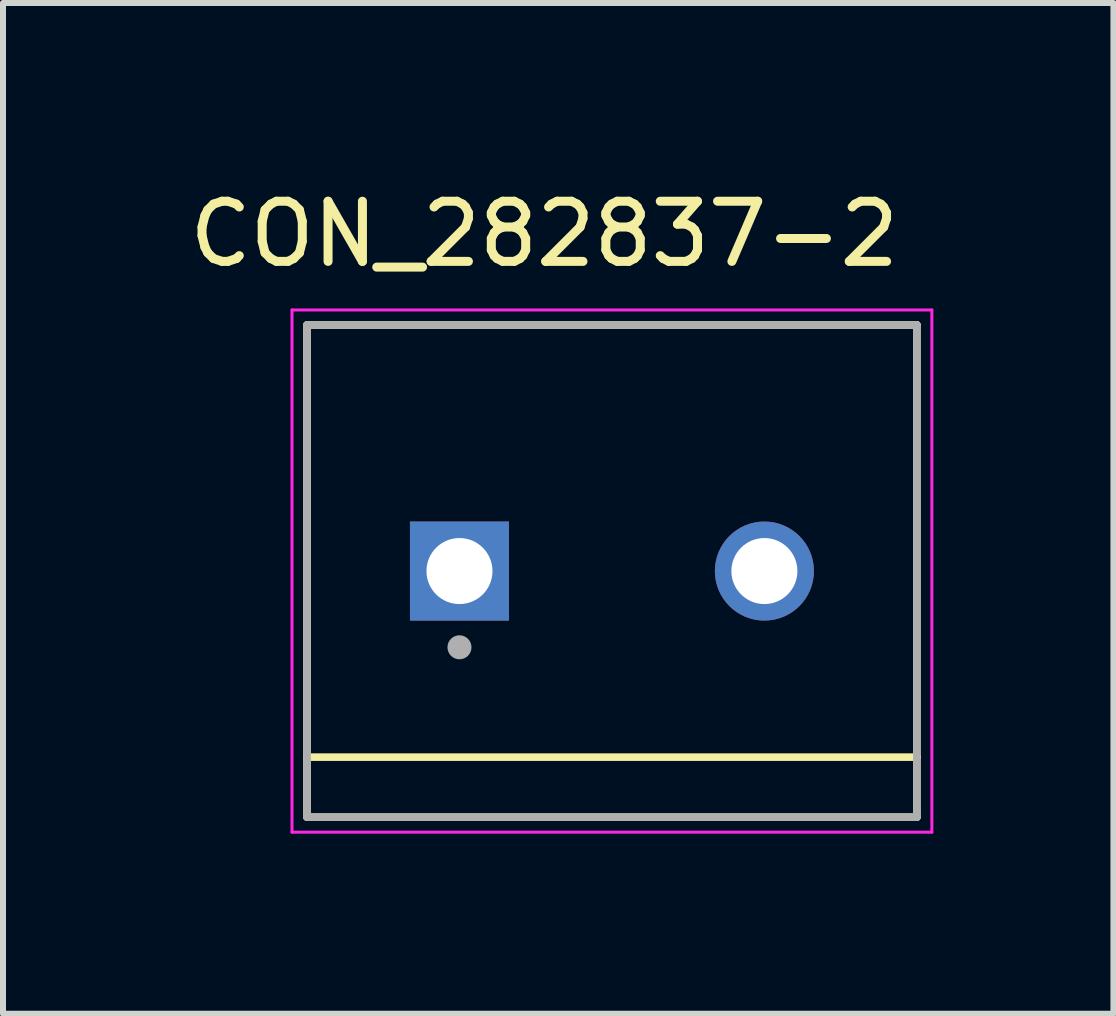
<source format=kicad_pcb>
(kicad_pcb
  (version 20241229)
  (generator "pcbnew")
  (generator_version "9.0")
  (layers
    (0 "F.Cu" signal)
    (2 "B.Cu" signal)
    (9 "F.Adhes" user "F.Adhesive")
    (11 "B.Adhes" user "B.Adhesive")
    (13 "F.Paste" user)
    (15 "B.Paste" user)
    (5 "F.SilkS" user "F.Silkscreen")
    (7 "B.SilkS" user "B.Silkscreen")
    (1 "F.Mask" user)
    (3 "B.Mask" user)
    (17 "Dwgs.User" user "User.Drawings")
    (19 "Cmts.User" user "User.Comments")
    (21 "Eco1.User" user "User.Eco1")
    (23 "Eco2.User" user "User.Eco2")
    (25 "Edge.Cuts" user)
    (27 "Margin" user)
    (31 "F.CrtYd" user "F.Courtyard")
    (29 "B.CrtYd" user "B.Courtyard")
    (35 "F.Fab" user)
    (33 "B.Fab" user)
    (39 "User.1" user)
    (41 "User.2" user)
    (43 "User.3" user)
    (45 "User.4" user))
  (footprint "CON_282837-2"
    (layer "F.Cu")
    (at 7.145 6.464)
    (property "Reference" "CON_282837-2" (at -1.127 -5.615 0) (layer "F.SilkS") (effects (font (size 1.002 1.002) (thickness 0.15))))
    (attr through_hole)
    (fp_line (start -5.08 -4.1) (end 5.08 -4.1) (stroke (width 0.127) (type solid)) (layer "F.SilkS"))
    (fp_line (start -5.08 3.1) (end -5.08 -4.1) (stroke (width 0.127) (type solid)) (layer "F.SilkS"))
    (fp_line (start -5.08 3.1) (end 5.08 3.1) (stroke (width 0.127) (type solid)) (layer "F.SilkS"))
    (fp_line (start -5.08 4.1) (end -5.08 3.1) (stroke (width 0.127) (type solid)) (layer "F.SilkS"))
    (fp_line (start 5.08 -4.1) (end 5.08 3.1) (stroke (width 0.127) (type solid)) (layer "F.SilkS"))
    (fp_line (start 5.08 3.1) (end 5.08 4.1) (stroke (width 0.127) (type solid)) (layer "F.SilkS"))
    (fp_line (start 5.08 4.1) (end -5.08 4.1) (stroke (width 0.127) (type solid)) (layer "F.SilkS"))
    (fp_line (start -5.33 -4.35) (end 5.33 -4.35) (stroke (width 0.05) (type solid)) (layer "F.CrtYd"))
    (fp_line (start -5.33 4.35) (end -5.33 -4.35) (stroke (width 0.05) (type solid)) (layer "F.CrtYd"))
    (fp_line (start 5.33 -4.35) (end 5.33 4.35) (stroke (width 0.05) (type solid)) (layer "F.CrtYd"))
    (fp_line (start 5.33 4.35) (end -5.33 4.35) (stroke (width 0.05) (type solid)) (layer "F.CrtYd"))
    (fp_line (start -5.08 -4.1) (end 5.08 -4.1) (stroke (width 0.127) (type solid)) (layer "F.Fab"))
    (fp_line (start -5.08 4.1) (end -5.08 -4.1) (stroke (width 0.127) (type solid)) (layer "F.Fab"))
    (fp_line (start 5.08 -4.1) (end 5.08 4.1) (stroke (width 0.127) (type solid)) (layer "F.Fab"))
    (fp_line (start 5.08 4.1) (end -5.08 4.1) (stroke (width 0.127) (type solid)) (layer "F.Fab"))
    (fp_circle (center -2.54 1.27) (end -2.44 1.27) (stroke (width 0.2) (type solid)) (fill no) (layer "F.Fab"))
    (pad "1" thru_hole rect (at -2.54 0) (size 1.65 1.65) (drill 1.1) (layers "*.Cu" "*.Mask"))
    (pad "2" thru_hole circle (at 2.54 0) (size 1.65 1.65) (drill 1.1) (layers "*.Cu" "*.Mask")))
  (gr_rect
    (start -3 -3)
    (end 15.5 13.839)
    (stroke (width 0.1) (type default))
    (fill no)
    (layer "Edge.Cuts")))
</source>
